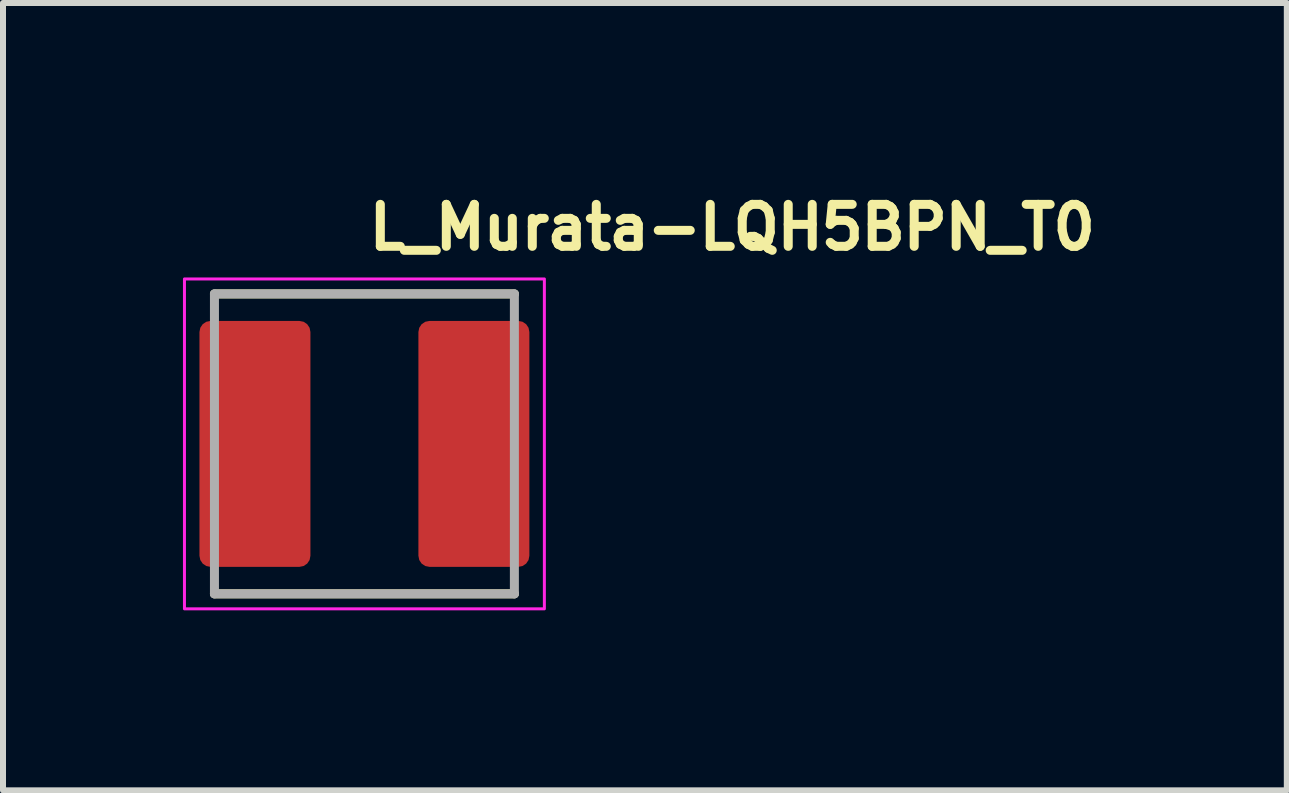
<source format=kicad_pcb>
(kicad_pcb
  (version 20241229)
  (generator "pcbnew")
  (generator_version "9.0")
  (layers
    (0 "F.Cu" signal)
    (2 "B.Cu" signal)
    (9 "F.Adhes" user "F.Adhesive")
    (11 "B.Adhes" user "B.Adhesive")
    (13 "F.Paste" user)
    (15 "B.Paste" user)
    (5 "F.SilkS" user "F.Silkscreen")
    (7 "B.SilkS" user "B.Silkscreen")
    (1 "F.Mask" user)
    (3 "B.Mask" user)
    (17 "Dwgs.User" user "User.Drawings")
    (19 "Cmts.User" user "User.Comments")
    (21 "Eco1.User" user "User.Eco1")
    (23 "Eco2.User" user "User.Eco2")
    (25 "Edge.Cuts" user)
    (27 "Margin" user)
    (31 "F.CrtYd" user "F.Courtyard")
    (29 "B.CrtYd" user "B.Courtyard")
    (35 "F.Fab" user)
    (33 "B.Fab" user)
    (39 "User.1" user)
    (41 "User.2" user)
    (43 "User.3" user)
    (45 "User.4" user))
  (footprint "L_Murata-LQH5BPN_T0"
    (layer "F.Cu")
    (at 3.025 4.35)
    (property "Reference" "L_Murata-LQH5BPN_T0" (at 0 -3.2 0) (layer "F.SilkS") (effects (font (size 0.7 0.7) (thickness 0.15)) (justify left bottom)))
    (attr smd)
    (fp_line (start -2.5 -2.5) (end 2.5 -2.5) (stroke (width 0.15) (type solid)) (layer "F.SilkS"))
    (fp_line (start -2.5 2.5) (end 2.5 2.5) (stroke (width 0.15) (type solid)) (layer "F.SilkS"))
    (fp_rect (start -3 -2.75) (end 3 2.75) (stroke (width 0.05) (type solid)) (fill no) (layer "F.CrtYd"))
    (fp_line (start -2.5 -2.5) (end 2.5 -2.5) (stroke (width 0.15) (type solid)) (layer "F.Fab"))
    (fp_line (start -2.5 2.5) (end -2.5 -2.5) (stroke (width 0.15) (type solid)) (layer "F.Fab"))
    (fp_line (start 2.5 -2.5) (end 2.5 2.5) (stroke (width 0.15) (type solid)) (layer "F.Fab"))
    (fp_line (start 2.5 2.5) (end -2.5 2.5) (stroke (width 0.15) (type solid)) (layer "F.Fab"))
    (fp_rect (start -2.5 -2.5) (end 2.5 2.5) (stroke (width 0.1) (type solid)) (fill no) (layer "User.5"))
    (fp_line (start -2.5 -1.85) (end -2.5 1.85) (stroke (width 0.02) (type solid)) (layer "User.9"))
    (fp_line (start -2.5 -1.85) (end -2.5 1.85) (stroke (width 0.02) (type solid)) (layer "User.9"))
    (fp_line (start -2.5 -1.85) (end -2.5 1.85) (stroke (width 0.02) (type solid)) (layer "User.9"))
    (fp_line (start -2.5 -1.85) (end -2.5 1.85) (stroke (width 0.02) (type solid)) (layer "User.9"))
    (fp_line (start -2.5 1.85) (end -2.499 1.864) (stroke (width 0.02) (type solid)) (layer "User.9"))
    (fp_line (start -2.499 -1.864) (end -2.5 -1.85) (stroke (width 0.02) (type solid)) (layer "User.9"))
    (fp_line (start -2.499 1.864) (end -2.498 1.879) (stroke (width 0.02) (type solid)) (layer "User.9"))
    (fp_line (start -2.498 -1.879) (end -2.499 -1.864) (stroke (width 0.02) (type solid)) (layer "User.9"))
    (fp_line (start -2.498 1.879) (end -2.496 1.894) (stroke (width 0.02) (type solid)) (layer "User.9"))
    (fp_line (start -2.496 -1.894) (end -2.498 -1.879) (stroke (width 0.02) (type solid)) (layer "User.9"))
    (fp_line (start -2.496 1.894) (end -2.494 1.908) (stroke (width 0.02) (type solid)) (layer "User.9"))
    (fp_line (start -2.495 1.904) (end -2.493 1.912) (stroke (width 0.02) (type solid)) (layer "User.9"))
    (fp_line (start -2.494 -1.908) (end -2.496 -1.894) (stroke (width 0.02) (type solid)) (layer "User.9"))
    (fp_line (start -2.494 1.908) (end -2.49 1.923) (stroke (width 0.02) (type solid)) (layer "User.9"))
    (fp_line (start -2.493 -1.912) (end -2.495 -1.904) (stroke (width 0.02) (type solid)) (layer "User.9"))
    (fp_line (start -2.493 1.912) (end -2.491 1.919) (stroke (width 0.02) (type solid)) (layer "User.9"))
    (fp_line (start -2.491 -1.919) (end -2.493 -1.912) (stroke (width 0.02) (type solid)) (layer "User.9"))
    (fp_line (start -2.491 1.919) (end -2.489 1.927) (stroke (width 0.02) (type solid)) (layer "User.9"))
    (fp_line (start -2.49 -1.923) (end -2.494 -1.908) (stroke (width 0.02) (type solid)) (layer "User.9"))
    (fp_line (start -2.49 1.923) (end -2.487 1.937) (stroke (width 0.02) (type solid)) (layer "User.9"))
    (fp_line (start -2.489 -1.927) (end -2.491 -1.919) (stroke (width 0.02) (type solid)) (layer "User.9"))
    (fp_line (start -2.489 1.927) (end -2.487 1.934) (stroke (width 0.02) (type solid)) (layer "User.9"))
    (fp_line (start -2.487 -1.937) (end -2.49 -1.923) (stroke (width 0.02) (type solid)) (layer "User.9"))
    (fp_line (start -2.487 -1.934) (end -2.489 -1.927) (stroke (width 0.02) (type solid)) (layer "User.9"))
    (fp_line (start -2.487 1.934) (end -2.485 1.942) (stroke (width 0.02) (type solid)) (layer "User.9"))
    (fp_line (start -2.487 1.937) (end -2.482 1.951) (stroke (width 0.02) (type solid)) (layer "User.9"))
    (fp_line (start -2.485 -1.942) (end -2.487 -1.934) (stroke (width 0.02) (type solid)) (layer "User.9"))
    (fp_line (start -2.485 1.942) (end -2.483 1.949) (stroke (width 0.02) (type solid)) (layer "User.9"))
    (fp_line (start -2.483 -1.949) (end -2.485 -1.942) (stroke (width 0.02) (type solid)) (layer "User.9"))
    (fp_line (start -2.483 1.949) (end -2.48 1.956) (stroke (width 0.02) (type solid)) (layer "User.9"))
    (fp_line (start -2.482 -1.951) (end -2.487 -1.937) (stroke (width 0.02) (type solid)) (layer "User.9"))
    (fp_line (start -2.482 1.951) (end -2.477 1.964) (stroke (width 0.02) (type solid)) (layer "User.9"))
    (fp_line (start -2.48 -1.956) (end -2.483 -1.949) (stroke (width 0.02) (type solid)) (layer "User.9"))
    (fp_line (start -2.48 1.956) (end -2.477 1.964) (stroke (width 0.02) (type solid)) (layer "User.9"))
    (fp_line (start -2.477 -1.964) (end -2.482 -1.951) (stroke (width 0.02) (type solid)) (layer "User.9"))
    (fp_line (start -2.477 -1.964) (end -2.48 -1.956) (stroke (width 0.02) (type solid)) (layer "User.9"))
    (fp_line (start -2.477 1.964) (end -2.471 1.978) (stroke (width 0.02) (type solid)) (layer "User.9"))
    (fp_line (start -2.471 -1.978) (end -2.477 -1.964) (stroke (width 0.02) (type solid)) (layer "User.9"))
    (fp_line (start -2.471 1.978) (end -2.464 1.991) (stroke (width 0.02) (type solid)) (layer "User.9"))
    (fp_line (start -2.464 -1.991) (end -2.471 -1.978) (stroke (width 0.02) (type solid)) (layer "User.9"))
    (fp_line (start -2.464 1.991) (end -2.457 2.004) (stroke (width 0.02) (type solid)) (layer "User.9"))
    (fp_line (start -2.457 -2.004) (end -2.464 -1.991) (stroke (width 0.02) (type solid)) (layer "User.9"))
    (fp_line (start -2.457 2.004) (end -2.449 2.016) (stroke (width 0.02) (type solid)) (layer "User.9"))
    (fp_line (start -2.449 -2.016) (end -2.457 -2.004) (stroke (width 0.02) (type solid)) (layer "User.9"))
    (fp_line (start -2.449 2.016) (end -2.441 2.028) (stroke (width 0.02) (type solid)) (layer "User.9"))
    (fp_line (start -2.441 -2.028) (end -2.449 -2.016) (stroke (width 0.02) (type solid)) (layer "User.9"))
    (fp_line (start -2.441 2.028) (end -2.432 2.04) (stroke (width 0.02) (type solid)) (layer "User.9"))
    (fp_line (start -2.432 -2.04) (end -2.441 -2.028) (stroke (width 0.02) (type solid)) (layer "User.9"))
    (fp_line (start -2.432 2.04) (end -2.422 2.051) (stroke (width 0.02) (type solid)) (layer "User.9"))
    (fp_line (start -2.422 -2.051) (end -2.432 -2.04) (stroke (width 0.02) (type solid)) (layer "User.9"))
    (fp_line (start -2.422 2.051) (end -2.412 2.062) (stroke (width 0.02) (type solid)) (layer "User.9"))
    (fp_line (start -2.412 -2.062) (end -2.428 -2.044) (stroke (width 0.02) (type solid)) (layer "User.9"))
    (fp_line (start -2.412 -2.062) (end -2.422 -2.051) (stroke (width 0.02) (type solid)) (layer "User.9"))
    (fp_line (start -2.412 -2.062) (end -2.412 -2.062) (stroke (width 0.02) (type solid)) (layer "User.9"))
    (fp_line (start -2.412 2.062) (end -2.412 2.062) (stroke (width 0.02) (type solid)) (layer "User.9"))
    (fp_line (start -2.412 2.062) (end -2.401 2.072) (stroke (width 0.02) (type solid)) (layer "User.9"))
    (fp_line (start -2.412 2.062) (end -2.394 2.078) (stroke (width 0.02) (type solid)) (layer "User.9"))
    (fp_line (start -2.401 -2.072) (end -2.412 -2.062) (stroke (width 0.02) (type solid)) (layer "User.9"))
    (fp_line (start -2.401 2.072) (end -2.39 2.082) (stroke (width 0.02) (type solid)) (layer "User.9"))
    (fp_line (start -2.39 -2.082) (end -2.401 -2.072) (stroke (width 0.02) (type solid)) (layer "User.9"))
    (fp_line (start -2.39 2.082) (end -2.378 2.091) (stroke (width 0.02) (type solid)) (layer "User.9"))
    (fp_line (start -2.378 -2.091) (end -2.39 -2.082) (stroke (width 0.02) (type solid)) (layer "User.9"))
    (fp_line (start -2.378 2.091) (end -2.366 2.099) (stroke (width 0.02) (type solid)) (layer "User.9"))
    (fp_line (start -2.366 -2.099) (end -2.378 -2.091) (stroke (width 0.02) (type solid)) (layer "User.9"))
    (fp_line (start -2.366 2.099) (end -2.354 2.107) (stroke (width 0.02) (type solid)) (layer "User.9"))
    (fp_line (start -2.354 -2.107) (end -2.366 -2.099) (stroke (width 0.02) (type solid)) (layer "User.9"))
    (fp_line (start -2.354 2.107) (end -2.341 2.114) (stroke (width 0.02) (type solid)) (layer "User.9"))
    (fp_line (start -2.341 -2.114) (end -2.354 -2.107) (stroke (width 0.02) (type solid)) (layer "User.9"))
    (fp_line (start -2.341 2.114) (end -2.328 2.121) (stroke (width 0.02) (type solid)) (layer "User.9"))
    (fp_line (start -2.328 -2.121) (end -2.341 -2.114) (stroke (width 0.02) (type solid)) (layer "User.9"))
    (fp_line (start -2.328 2.121) (end -2.314 2.127) (stroke (width 0.02) (type solid)) (layer "User.9"))
    (fp_line (start -2.314 -2.127) (end -2.328 -2.121) (stroke (width 0.02) (type solid)) (layer "User.9"))
    (fp_line (start -2.314 2.127) (end -2.306 2.13) (stroke (width 0.02) (type solid)) (layer "User.9"))
    (fp_line (start -2.314 2.127) (end -2.301 2.132) (stroke (width 0.02) (type solid)) (layer "User.9"))
    (fp_line (start -2.306 -2.13) (end -2.314 -2.127) (stroke (width 0.02) (type solid)) (layer "User.9"))
    (fp_line (start -2.306 2.13) (end -2.299 2.133) (stroke (width 0.02) (type solid)) (layer "User.9"))
    (fp_line (start -2.301 -2.132) (end -2.314 -2.127) (stroke (width 0.02) (type solid)) (layer "User.9"))
    (fp_line (start -2.301 2.132) (end -2.287 2.137) (stroke (width 0.02) (type solid)) (layer "User.9"))
    (fp_line (start -2.299 -2.133) (end -2.306 -2.13) (stroke (width 0.02) (type solid)) (layer "User.9"))
    (fp_line (start -2.299 2.133) (end -2.292 2.135) (stroke (width 0.02) (type solid)) (layer "User.9"))
    (fp_line (start -2.292 -2.135) (end -2.299 -2.133) (stroke (width 0.02) (type solid)) (layer "User.9"))
    (fp_line (start -2.292 2.135) (end -2.284 2.137) (stroke (width 0.02) (type solid)) (layer "User.9"))
    (fp_line (start -2.287 -2.137) (end -2.301 -2.132) (stroke (width 0.02) (type solid)) (layer "User.9"))
    (fp_line (start -2.287 2.137) (end -2.273 2.14) (stroke (width 0.02) (type solid)) (layer "User.9"))
    (fp_line (start -2.284 -2.137) (end -2.292 -2.135) (stroke (width 0.02) (type solid)) (layer "User.9"))
    (fp_line (start -2.284 2.137) (end -2.277 2.139) (stroke (width 0.02) (type solid)) (layer "User.9"))
    (fp_line (start -2.277 -2.139) (end -2.284 -2.137) (stroke (width 0.02) (type solid)) (layer "User.9"))
    (fp_line (start -2.277 2.139) (end -2.269 2.141) (stroke (width 0.02) (type solid)) (layer "User.9"))
    (fp_line (start -2.273 -2.14) (end -2.287 -2.137) (stroke (width 0.02) (type solid)) (layer "User.9"))
    (fp_line (start -2.273 2.14) (end -2.258 2.144) (stroke (width 0.02) (type solid)) (layer "User.9"))
    (fp_line (start -2.269 -2.141) (end -2.277 -2.139) (stroke (width 0.02) (type solid)) (layer "User.9"))
    (fp_line (start -2.269 2.141) (end -2.262 2.143) (stroke (width 0.02) (type solid)) (layer "User.9"))
    (fp_line (start -2.262 -2.143) (end -2.269 -2.141) (stroke (width 0.02) (type solid)) (layer "User.9"))
    (fp_line (start -2.262 2.143) (end -2.254 2.145) (stroke (width 0.02) (type solid)) (layer "User.9"))
    (fp_line (start -2.258 -2.144) (end -2.273 -2.14) (stroke (width 0.02) (type solid)) (layer "User.9"))
    (fp_line (start -2.258 2.144) (end -2.244 2.146) (stroke (width 0.02) (type solid)) (layer "User.9"))
    (fp_line (start -2.254 -2.145) (end -2.262 -2.143) (stroke (width 0.02) (type solid)) (layer "User.9"))
    (fp_line (start -2.244 -2.146) (end -2.258 -2.144) (stroke (width 0.02) (type solid)) (layer "User.9"))
    (fp_line (start -2.244 2.146) (end -2.229 2.148) (stroke (width 0.02) (type solid)) (layer "User.9"))
    (fp_line (start -2.229 -2.148) (end -2.244 -2.146) (stroke (width 0.02) (type solid)) (layer "User.9"))
    (fp_line (start -2.229 2.148) (end -2.214 2.149) (stroke (width 0.02) (type solid)) (layer "User.9"))
    (fp_line (start -2.214 -2.149) (end -2.229 -2.148) (stroke (width 0.02) (type solid)) (layer "User.9"))
    (fp_line (start -2.214 2.149) (end -2.2 2.15) (stroke (width 0.02) (type solid)) (layer "User.9"))
    (fp_line (start -2.2 -2.15) (end -2.214 -2.149) (stroke (width 0.02) (type solid)) (layer "User.9"))
    (fp_line (start -2.2 2.15) (end -1.624 2.15) (stroke (width 0.02) (type solid)) (layer "User.9"))
    (fp_line (start -1.78 -2.15) (end -2.2 -2.15) (stroke (width 0.02) (type solid)) (layer "User.9"))
    (fp_line (start -1.78 -2.15) (end -2.2 -2.15) (stroke (width 0.02) (type solid)) (layer "User.9"))
    (fp_line (start -1.78 -2.15) (end -1.78 -2.275) (stroke (width 0.02) (type solid)) (layer "User.9"))
    (fp_line (start -1.78 2.15) (end -1.78 2.275) (stroke (width 0.02) (type solid)) (layer "User.9"))
    (fp_line (start -1.68 -2.275) (end -1.78 -2.275) (stroke (width 0.02) (type solid)) (layer "User.9"))
    (fp_line (start -1.68 -2.15) (end -1.68 -2.275) (stroke (width 0.02) (type solid)) (layer "User.9"))
    (fp_line (start -1.68 2.15) (end -1.68 2.275) (stroke (width 0.02) (type solid)) (layer "User.9"))
    (fp_line (start -1.68 2.275) (end -1.78 2.275) (stroke (width 0.02) (type solid)) (layer "User.9"))
    (fp_line (start -1.624 -2.15) (end -2.2 -2.15) (stroke (width 0.02) (type solid)) (layer "User.9"))
    (fp_line (start -1.624 -2.15) (end -1.68 -2.15) (stroke (width 0.02) (type solid)) (layer "User.9"))
    (fp_line (start -1.624 -2.15) (end -1.609 -2.15) (stroke (width 0.02) (type solid)) (layer "User.9"))
    (fp_line (start -1.624 2.15) (end -1.609 2.15) (stroke (width 0.02) (type solid)) (layer "User.9"))
    (fp_line (start -1.609 -2.15) (end -1.624 -2.15) (stroke (width 0.02) (type solid)) (layer "User.9"))
    (fp_line (start -1.609 -2.15) (end -1.594 -2.151) (stroke (width 0.02) (type solid)) (layer "User.9"))
    (fp_line (start -1.609 2.15) (end -1.624 2.15) (stroke (width 0.02) (type solid)) (layer "User.9"))
    (fp_line (start -1.609 2.15) (end -1.594 2.151) (stroke (width 0.02) (type solid)) (layer "User.9"))
    (fp_line (start -1.594 -2.151) (end -1.609 -2.15) (stroke (width 0.02) (type solid)) (layer "User.9"))
    (fp_line (start -1.594 -2.151) (end -1.579 -2.153) (stroke (width 0.02) (type solid)) (layer "User.9"))
    (fp_line (start -1.594 2.151) (end -1.609 2.15) (stroke (width 0.02) (type solid)) (layer "User.9"))
    (fp_line (start -1.594 2.151) (end -1.579 2.153) (stroke (width 0.02) (type solid)) (layer "User.9"))
    (fp_line (start -1.579 -2.153) (end -1.594 -2.151) (stroke (width 0.02) (type solid)) (layer "User.9"))
    (fp_line (start -1.579 -2.153) (end -1.565 -2.155) (stroke (width 0.02) (type solid)) (layer "User.9"))
    (fp_line (start -1.579 2.153) (end -1.594 2.151) (stroke (width 0.02) (type solid)) (layer "User.9"))
    (fp_line (start -1.579 2.153) (end -1.565 2.155) (stroke (width 0.02) (type solid)) (layer "User.9"))
    (fp_line (start -1.565 -2.155) (end -1.579 -2.153) (stroke (width 0.02) (type solid)) (layer "User.9"))
    (fp_line (start -1.565 -2.155) (end -1.551 -2.159) (stroke (width 0.02) (type solid)) (layer "User.9"))
    (fp_line (start -1.565 2.155) (end -1.579 2.153) (stroke (width 0.02) (type solid)) (layer "User.9"))
    (fp_line (start -1.565 2.155) (end -1.551 2.159) (stroke (width 0.02) (type solid)) (layer "User.9"))
    (fp_line (start -1.551 -2.159) (end -1.565 -2.155) (stroke (width 0.02) (type solid)) (layer "User.9"))
    (fp_line (start -1.551 -2.159) (end -1.537 -2.162) (stroke (width 0.02) (type solid)) (layer "User.9"))
    (fp_line (start -1.551 2.159) (end -1.565 2.155) (stroke (width 0.02) (type solid)) (layer "User.9"))
    (fp_line (start -1.551 2.159) (end -1.537 2.162) (stroke (width 0.02) (type solid)) (layer "User.9"))
    (fp_line (start -1.537 -2.162) (end -1.551 -2.159) (stroke (width 0.02) (type solid)) (layer "User.9"))
    (fp_line (start -1.537 -2.162) (end -1.523 -2.167) (stroke (width 0.02) (type solid)) (layer "User.9"))
    (fp_line (start -1.537 2.162) (end -1.551 2.159) (stroke (width 0.02) (type solid)) (layer "User.9"))
    (fp_line (start -1.537 2.162) (end -1.523 2.167) (stroke (width 0.02) (type solid)) (layer "User.9"))
    (fp_line (start -1.523 -2.167) (end -1.537 -2.162) (stroke (width 0.02) (type solid)) (layer "User.9"))
    (fp_line (start -1.523 -2.167) (end -1.509 -2.172) (stroke (width 0.02) (type solid)) (layer "User.9"))
    (fp_line (start -1.523 2.167) (end -1.537 2.162) (stroke (width 0.02) (type solid)) (layer "User.9"))
    (fp_line (start -1.523 2.167) (end -1.509 2.172) (stroke (width 0.02) (type solid)) (layer "User.9"))
    (fp_line (start -1.509 -2.172) (end -1.523 -2.167) (stroke (width 0.02) (type solid)) (layer "User.9"))
    (fp_line (start -1.509 -2.172) (end -1.496 -2.178) (stroke (width 0.02) (type solid)) (layer "User.9"))
    (fp_line (start -1.509 2.172) (end -1.523 2.167) (stroke (width 0.02) (type solid)) (layer "User.9"))
    (fp_line (start -1.509 2.172) (end -1.496 2.178) (stroke (width 0.02) (type solid)) (layer "User.9"))
    (fp_line (start -1.496 -2.178) (end -1.509 -2.172) (stroke (width 0.02) (type solid)) (layer "User.9"))
    (fp_line (start -1.496 -2.178) (end -1.482 -2.185) (stroke (width 0.02) (type solid)) (layer "User.9"))
    (fp_line (start -1.496 2.178) (end -1.509 2.172) (stroke (width 0.02) (type solid)) (layer "User.9"))
    (fp_line (start -1.496 2.178) (end -1.482 2.185) (stroke (width 0.02) (type solid)) (layer "User.9"))
    (fp_line (start -1.482 -2.185) (end -1.496 -2.178) (stroke (width 0.02) (type solid)) (layer "User.9"))
    (fp_line (start -1.482 -2.185) (end -1.47 -2.192) (stroke (width 0.02) (type solid)) (layer "User.9"))
    (fp_line (start -1.482 2.185) (end -1.496 2.178) (stroke (width 0.02) (type solid)) (layer "User.9"))
    (fp_line (start -1.482 2.185) (end -1.47 2.192) (stroke (width 0.02) (type solid)) (layer "User.9"))
    (fp_line (start -1.47 -2.192) (end -1.482 -2.185) (stroke (width 0.02) (type solid)) (layer "User.9"))
    (fp_line (start -1.47 -2.192) (end -1.457 -2.2) (stroke (width 0.02) (type solid)) (layer "User.9"))
    (fp_line (start -1.47 2.192) (end -1.482 2.185) (stroke (width 0.02) (type solid)) (layer "User.9"))
    (fp_line (start -1.47 2.192) (end -1.457 2.2) (stroke (width 0.02) (type solid)) (layer "User.9"))
    (fp_line (start -1.457 -2.2) (end -1.47 -2.192) (stroke (width 0.02) (type solid)) (layer "User.9"))
    (fp_line (start -1.457 -2.2) (end -1.445 -2.208) (stroke (width 0.02) (type solid)) (layer "User.9"))
    (fp_line (start -1.457 2.2) (end -1.47 2.192) (stroke (width 0.02) (type solid)) (layer "User.9"))
    (fp_line (start -1.457 2.2) (end -1.445 2.208) (stroke (width 0.02) (type solid)) (layer "User.9"))
    (fp_line (start -1.445 -2.208) (end -1.457 -2.2) (stroke (width 0.02) (type solid)) (layer "User.9"))
    (fp_line (start -1.445 -2.208) (end -1.434 -2.217) (stroke (width 0.02) (type solid)) (layer "User.9"))
    (fp_line (start -1.445 2.208) (end -1.457 2.2) (stroke (width 0.02) (type solid)) (layer "User.9"))
    (fp_line (start -1.445 2.208) (end -1.434 2.217) (stroke (width 0.02) (type solid)) (layer "User.9"))
    (fp_line (start -1.434 -2.217) (end -1.445 -2.208) (stroke (width 0.02) (type solid)) (layer "User.9"))
    (fp_line (start -1.434 -2.217) (end -1.422 -2.227) (stroke (width 0.02) (type solid)) (layer "User.9"))
    (fp_line (start -1.434 2.217) (end -1.445 2.208) (stroke (width 0.02) (type solid)) (layer "User.9"))
    (fp_line (start -1.434 2.217) (end -1.422 2.227) (stroke (width 0.02) (type solid)) (layer "User.9"))
    (fp_line (start -1.422 -2.227) (end -1.434 -2.217) (stroke (width 0.02) (type solid)) (layer "User.9"))
    (fp_line (start -1.422 -2.227) (end -1.412 -2.237) (stroke (width 0.02) (type solid)) (layer "User.9"))
    (fp_line (start -1.422 2.227) (end -1.434 2.217) (stroke (width 0.02) (type solid)) (layer "User.9"))
    (fp_line (start -1.422 2.227) (end -1.412 2.237) (stroke (width 0.02) (type solid)) (layer "User.9"))
    (fp_line (start -1.412 -2.237) (end -1.422 -2.227) (stroke (width 0.02) (type solid)) (layer "User.9"))
    (fp_line (start -1.412 2.237) (end -1.422 2.227) (stroke (width 0.02) (type solid)) (layer "User.9"))
    (fp_line (start -1.412 2.237) (end -1.237 2.412) (stroke (width 0.02) (type solid)) (layer "User.9"))
    (fp_line (start -1.412 2.237) (end -1.237 2.412) (stroke (width 0.02) (type solid)) (layer "User.9"))
    (fp_line (start -1.237 -2.412) (end -1.412 -2.237) (stroke (width 0.02) (type solid)) (layer "User.9"))
    (fp_line (start -1.237 2.412) (end -1.227 2.422) (stroke (width 0.02) (type solid)) (layer "User.9"))
    (fp_line (start -1.227 -2.422) (end -1.237 -2.412) (stroke (width 0.02) (type solid)) (layer "User.9"))
    (fp_line (start -1.227 2.422) (end -1.215 2.432) (stroke (width 0.02) (type solid)) (layer "User.9"))
    (fp_line (start -1.215 -2.432) (end -1.227 -2.422) (stroke (width 0.02) (type solid)) (layer "User.9"))
    (fp_line (start -1.215 2.432) (end -1.204 2.441) (stroke (width 0.02) (type solid)) (layer "User.9"))
    (fp_line (start -1.204 -2.441) (end -1.215 -2.432) (stroke (width 0.02) (type solid)) (layer "User.9"))
    (fp_line (start -1.204 2.441) (end -1.192 2.449) (stroke (width 0.02) (type solid)) (layer "User.9"))
    (fp_line (start -1.192 -2.449) (end -1.204 -2.441) (stroke (width 0.02) (type solid)) (layer "User.9"))
    (fp_line (start -1.192 2.449) (end -1.179 2.457) (stroke (width 0.02) (type solid)) (layer "User.9"))
    (fp_line (start -1.179 -2.457) (end -1.192 -2.449) (stroke (width 0.02) (type solid)) (layer "User.9"))
    (fp_line (start -1.179 2.457) (end -1.167 2.464) (stroke (width 0.02) (type solid)) (layer "User.9"))
    (fp_line (start -1.167 -2.464) (end -1.179 -2.457) (stroke (width 0.02) (type solid)) (layer "User.9"))
    (fp_line (start -1.167 2.464) (end -1.153 2.471) (stroke (width 0.02) (type solid)) (layer "User.9"))
    (fp_line (start -1.153 -2.471) (end -1.167 -2.464) (stroke (width 0.02) (type solid)) (layer "User.9"))
    (fp_line (start -1.153 2.471) (end -1.14 2.477) (stroke (width 0.02) (type solid)) (layer "User.9"))
    (fp_line (start -1.14 -2.477) (end -1.153 -2.471) (stroke (width 0.02) (type solid)) (layer "User.9"))
    (fp_line (start -1.14 2.477) (end -1.126 2.482) (stroke (width 0.02) (type solid)) (layer "User.9"))
    (fp_line (start -1.126 -2.482) (end -1.14 -2.477) (stroke (width 0.02) (type solid)) (layer "User.9"))
    (fp_line (start -1.126 2.482) (end -1.112 2.487) (stroke (width 0.02) (type solid)) (layer "User.9"))
    (fp_line (start -1.112 -2.487) (end -1.126 -2.482) (stroke (width 0.02) (type solid)) (layer "User.9"))
    (fp_line (start -1.112 2.487) (end -1.098 2.49) (stroke (width 0.02) (type solid)) (layer "User.9"))
    (fp_line (start -1.098 -2.49) (end -1.112 -2.487) (stroke (width 0.02) (type solid)) (layer "User.9"))
    (fp_line (start -1.098 2.49) (end -1.084 2.494) (stroke (width 0.02) (type solid)) (layer "User.9"))
    (fp_line (start -1.084 -2.494) (end -1.098 -2.49) (stroke (width 0.02) (type solid)) (layer "User.9"))
    (fp_line (start -1.084 2.494) (end -1.07 2.496) (stroke (width 0.02) (type solid)) (layer "User.9"))
    (fp_line (start -1.07 -2.496) (end -1.084 -2.494) (stroke (width 0.02) (type solid)) (layer "User.9"))
    (fp_line (start -1.07 2.496) (end -1.055 2.498) (stroke (width 0.02) (type solid)) (layer "User.9"))
    (fp_line (start -1.055 -2.498) (end -1.07 -2.496) (stroke (width 0.02) (type solid)) (layer "User.9"))
    (fp_line (start -1.055 2.498) (end -1.04 2.499) (stroke (width 0.02) (type solid)) (layer "User.9"))
    (fp_line (start -1.04 -2.499) (end -1.055 -2.498) (stroke (width 0.02) (type solid)) (layer "User.9"))
    (fp_line (start -1.04 2.499) (end -1.025 2.5) (stroke (width 0.02) (type solid)) (layer "User.9"))
    (fp_line (start -1.025 -2.5) (end -1.04 -2.499) (stroke (width 0.02) (type solid)) (layer "User.9"))
    (fp_line (start -1.025 2.5) (end 1.025 2.5) (stroke (width 0.02) (type solid)) (layer "User.9"))
    (fp_line (start -1.025 2.5) (end 1.025 2.5) (stroke (width 0.02) (type solid)) (layer "User.9"))
    (fp_line (start 0 -2.15) (end -2.2 -2.15) (stroke (width 0.02) (type solid)) (layer "User.9"))
    (fp_line (start 0 -2.15) (end -1.68 -2.15) (stroke (width 0.02) (type solid)) (layer "User.9"))
    (fp_line (start 0 2.15) (end 1.68 2.15) (stroke (width 0.02) (type solid)) (layer "User.9"))
    (fp_line (start 0 2.15) (end 2.2 2.15) (stroke (width 0.02) (type solid)) (layer "User.9"))
    (fp_line (start 1.025 -2.5) (end -1.025 -2.5) (stroke (width 0.02) (type solid)) (layer "User.9"))
    (fp_line (start 1.025 -2.5) (end -1.025 -2.5) (stroke (width 0.02) (type solid)) (layer "User.9"))
    (fp_line (start 1.025 2.5) (end 1.04 2.499) (stroke (width 0.02) (type solid)) (layer "User.9"))
    (fp_line (start 1.04 -2.499) (end 1.025 -2.5) (stroke (width 0.02) (type solid)) (layer "User.9"))
    (fp_line (start 1.04 2.499) (end 1.055 2.498) (stroke (width 0.02) (type solid)) (layer "User.9"))
    (fp_line (start 1.055 -2.498) (end 1.04 -2.499) (stroke (width 0.02) (type solid)) (layer "User.9"))
    (fp_line (start 1.055 2.498) (end 1.07 2.496) (stroke (width 0.02) (type solid)) (layer "User.9"))
    (fp_line (start 1.07 -2.496) (end 1.055 -2.498) (stroke (width 0.02) (type solid)) (layer "User.9"))
    (fp_line (start 1.07 2.496) (end 1.084 2.494) (stroke (width 0.02) (type solid)) (layer "User.9"))
    (fp_line (start 1.084 -2.494) (end 1.07 -2.496) (stroke (width 0.02) (type solid)) (layer "User.9"))
    (fp_line (start 1.084 2.494) (end 1.098 2.49) (stroke (width 0.02) (type solid)) (layer "User.9"))
    (fp_line (start 1.098 -2.49) (end 1.084 -2.494) (stroke (width 0.02) (type solid)) (layer "User.9"))
    (fp_line (start 1.098 2.49) (end 1.112 2.487) (stroke (width 0.02) (type solid)) (layer "User.9"))
    (fp_line (start 1.112 -2.487) (end 1.098 -2.49) (stroke (width 0.02) (type solid)) (layer "User.9"))
    (fp_line (start 1.112 2.487) (end 1.126 2.482) (stroke (width 0.02) (type solid)) (layer "User.9"))
    (fp_line (start 1.126 -2.482) (end 1.112 -2.487) (stroke (width 0.02) (type solid)) (layer "User.9"))
    (fp_line (start 1.126 2.482) (end 1.14 2.477) (stroke (width 0.02) (type solid)) (layer "User.9"))
    (fp_line (start 1.14 -2.477) (end 1.126 -2.482) (stroke (width 0.02) (type solid)) (layer "User.9"))
    (fp_line (start 1.14 2.477) (end 1.153 2.471) (stroke (width 0.02) (type solid)) (layer "User.9"))
    (fp_line (start 1.153 -2.471) (end 1.14 -2.477) (stroke (width 0.02) (type solid)) (layer "User.9"))
    (fp_line (start 1.153 2.471) (end 1.167 2.464) (stroke (width 0.02) (type solid)) (layer "User.9"))
    (fp_line (start 1.167 -2.464) (end 1.153 -2.471) (stroke (width 0.02) (type solid)) (layer "User.9"))
    (fp_line (start 1.167 2.464) (end 1.179 2.457) (stroke (width 0.02) (type solid)) (layer "User.9"))
    (fp_line (start 1.179 -2.457) (end 1.167 -2.464) (stroke (width 0.02) (type solid)) (layer "User.9"))
    (fp_line (start 1.179 2.457) (end 1.192 2.449) (stroke (width 0.02) (type solid)) (layer "User.9"))
    (fp_line (start 1.192 -2.449) (end 1.179 -2.457) (stroke (width 0.02) (type solid)) (layer "User.9"))
    (fp_line (start 1.192 2.449) (end 1.204 2.441) (stroke (width 0.02) (type solid)) (layer "User.9"))
    (fp_line (start 1.204 -2.441) (end 1.192 -2.449) (stroke (width 0.02) (type solid)) (layer "User.9"))
    (fp_line (start 1.204 2.441) (end 1.215 2.432) (stroke (width 0.02) (type solid)) (layer "User.9"))
    (fp_line (start 1.215 -2.432) (end 1.204 -2.441) (stroke (width 0.02) (type solid)) (layer "User.9"))
    (fp_line (start 1.215 2.432) (end 1.227 2.422) (stroke (width 0.02) (type solid)) (layer "User.9"))
    (fp_line (start 1.227 -2.422) (end 1.215 -2.432) (stroke (width 0.02) (type solid)) (layer "User.9"))
    (fp_line (start 1.227 2.422) (end 1.237 2.412) (stroke (width 0.02) (type solid)) (layer "User.9"))
    (fp_line (start 1.237 -2.412) (end 1.227 -2.422) (stroke (width 0.02) (type solid)) (layer "User.9"))
    (fp_line (start 1.237 2.412) (end 1.412 2.237) (stroke (width 0.02) (type solid)) (layer "User.9"))
    (fp_line (start 1.412 -2.237) (end 1.237 -2.412) (stroke (width 0.02) (type solid)) (layer "User.9"))
    (fp_line (start 1.412 -2.237) (end 1.237 -2.412) (stroke (width 0.02) (type solid)) (layer "User.9"))
    (fp_line (start 1.412 -2.237) (end 1.422 -2.227) (stroke (width 0.02) (type solid)) (layer "User.9"))
    (fp_line (start 1.412 2.237) (end 1.422 2.227) (stroke (width 0.02) (type solid)) (layer "User.9"))
    (fp_line (start 1.422 -2.227) (end 1.412 -2.237) (stroke (width 0.02) (type solid)) (layer "User.9"))
    (fp_line (start 1.422 -2.227) (end 1.434 -2.217) (stroke (width 0.02) (type solid)) (layer "User.9"))
    (fp_line (start 1.422 2.227) (end 1.412 2.237) (stroke (width 0.02) (type solid)) (layer "User.9"))
    (fp_line (start 1.422 2.227) (end 1.434 2.217) (stroke (width 0.02) (type solid)) (layer "User.9"))
    (fp_line (start 1.434 -2.217) (end 1.422 -2.227) (stroke (width 0.02) (type solid)) (layer "User.9"))
    (fp_line (start 1.434 -2.217) (end 1.445 -2.208) (stroke (width 0.02) (type solid)) (layer "User.9"))
    (fp_line (start 1.434 2.217) (end 1.422 2.227) (stroke (width 0.02) (type solid)) (layer "User.9"))
    (fp_line (start 1.434 2.217) (end 1.445 2.208) (stroke (width 0.02) (type solid)) (layer "User.9"))
    (fp_line (start 1.445 -2.208) (end 1.434 -2.217) (stroke (width 0.02) (type solid)) (layer "User.9"))
    (fp_line (start 1.445 -2.208) (end 1.457 -2.2) (stroke (width 0.02) (type solid)) (layer "User.9"))
    (fp_line (start 1.445 2.208) (end 1.434 2.217) (stroke (width 0.02) (type solid)) (layer "User.9"))
    (fp_line (start 1.445 2.208) (end 1.457 2.2) (stroke (width 0.02) (type solid)) (layer "User.9"))
    (fp_line (start 1.457 -2.2) (end 1.445 -2.208) (stroke (width 0.02) (type solid)) (layer "User.9"))
    (fp_line (start 1.457 -2.2) (end 1.47 -2.192) (stroke (width 0.02) (type solid)) (layer "User.9"))
    (fp_line (start 1.457 2.2) (end 1.445 2.208) (stroke (width 0.02) (type solid)) (layer "User.9"))
    (fp_line (start 1.457 2.2) (end 1.47 2.192) (stroke (width 0.02) (type solid)) (layer "User.9"))
    (fp_line (start 1.47 -2.192) (end 1.457 -2.2) (stroke (width 0.02) (type solid)) (layer "User.9"))
    (fp_line (start 1.47 -2.192) (end 1.482 -2.185) (stroke (width 0.02) (type solid)) (layer "User.9"))
    (fp_line (start 1.47 2.192) (end 1.457 2.2) (stroke (width 0.02) (type solid)) (layer "User.9"))
    (fp_line (start 1.47 2.192) (end 1.482 2.185) (stroke (width 0.02) (type solid)) (layer "User.9"))
    (fp_line (start 1.482 -2.185) (end 1.47 -2.192) (stroke (width 0.02) (type solid)) (layer "User.9"))
    (fp_line (start 1.482 -2.185) (end 1.496 -2.178) (stroke (width 0.02) (type solid)) (layer "User.9"))
    (fp_line (start 1.482 2.185) (end 1.47 2.192) (stroke (width 0.02) (type solid)) (layer "User.9"))
    (fp_line (start 1.482 2.185) (end 1.496 2.178) (stroke (width 0.02) (type solid)) (layer "User.9"))
    (fp_line (start 1.496 -2.178) (end 1.482 -2.185) (stroke (width 0.02) (type solid)) (layer "User.9"))
    (fp_line (start 1.496 -2.178) (end 1.509 -2.172) (stroke (width 0.02) (type solid)) (layer "User.9"))
    (fp_line (start 1.496 2.178) (end 1.482 2.185) (stroke (width 0.02) (type solid)) (layer "User.9"))
    (fp_line (start 1.496 2.178) (end 1.509 2.172) (stroke (width 0.02) (type solid)) (layer "User.9"))
    (fp_line (start 1.509 -2.172) (end 1.496 -2.178) (stroke (width 0.02) (type solid)) (layer "User.9"))
    (fp_line (start 1.509 -2.172) (end 1.523 -2.167) (stroke (width 0.02) (type solid)) (layer "User.9"))
    (fp_line (start 1.509 2.172) (end 1.496 2.178) (stroke (width 0.02) (type solid)) (layer "User.9"))
    (fp_line (start 1.509 2.172) (end 1.523 2.167) (stroke (width 0.02) (type solid)) (layer "User.9"))
    (fp_line (start 1.523 -2.167) (end 1.509 -2.172) (stroke (width 0.02) (type solid)) (layer "User.9"))
    (fp_line (start 1.523 -2.167) (end 1.537 -2.162) (stroke (width 0.02) (type solid)) (layer "User.9"))
    (fp_line (start 1.523 2.167) (end 1.509 2.172) (stroke (width 0.02) (type solid)) (layer "User.9"))
    (fp_line (start 1.523 2.167) (end 1.537 2.162) (stroke (width 0.02) (type solid)) (layer "User.9"))
    (fp_line (start 1.537 -2.162) (end 1.523 -2.167) (stroke (width 0.02) (type solid)) (layer "User.9"))
    (fp_line (start 1.537 -2.162) (end 1.551 -2.159) (stroke (width 0.02) (type solid)) (layer "User.9"))
    (fp_line (start 1.537 2.162) (end 1.523 2.167) (stroke (width 0.02) (type solid)) (layer "User.9"))
    (fp_line (start 1.537 2.162) (end 1.551 2.159) (stroke (width 0.02) (type solid)) (layer "User.9"))
    (fp_line (start 1.551 -2.159) (end 1.537 -2.162) (stroke (width 0.02) (type solid)) (layer "User.9"))
    (fp_line (start 1.551 -2.159) (end 1.565 -2.155) (stroke (width 0.02) (type solid)) (layer "User.9"))
    (fp_line (start 1.551 2.159) (end 1.537 2.162) (stroke (width 0.02) (type solid)) (layer "User.9"))
    (fp_line (start 1.551 2.159) (end 1.565 2.155) (stroke (width 0.02) (type solid)) (layer "User.9"))
    (fp_line (start 1.565 -2.155) (end 1.551 -2.159) (stroke (width 0.02) (type solid)) (layer "User.9"))
    (fp_line (start 1.565 -2.155) (end 1.579 -2.153) (stroke (width 0.02) (type solid)) (layer "User.9"))
    (fp_line (start 1.565 2.155) (end 1.551 2.159) (stroke (width 0.02) (type solid)) (layer "User.9"))
    (fp_line (start 1.565 2.155) (end 1.579 2.153) (stroke (width 0.02) (type solid)) (layer "User.9"))
    (fp_line (start 1.579 -2.153) (end 1.565 -2.155) (stroke (width 0.02) (type solid)) (layer "User.9"))
    (fp_line (start 1.579 -2.153) (end 1.594 -2.151) (stroke (width 0.02) (type solid)) (layer "User.9"))
    (fp_line (start 1.579 2.153) (end 1.565 2.155) (stroke (width 0.02) (type solid)) (layer "User.9"))
    (fp_line (start 1.579 2.153) (end 1.594 2.151) (stroke (width 0.02) (type solid)) (layer "User.9"))
    (fp_line (start 1.594 -2.151) (end 1.579 -2.153) (stroke (width 0.02) (type solid)) (layer "User.9"))
    (fp_line (start 1.594 -2.151) (end 1.609 -2.15) (stroke (width 0.02) (type solid)) (layer "User.9"))
    (fp_line (start 1.594 2.151) (end 1.579 2.153) (stroke (width 0.02) (type solid)) (layer "User.9"))
    (fp_line (start 1.594 2.151) (end 1.609 2.15) (stroke (width 0.02) (type solid)) (layer "User.9"))
    (fp_line (start 1.609 -2.15) (end 1.594 -2.151) (stroke (width 0.02) (type solid)) (layer "User.9"))
    (fp_line (start 1.609 -2.15) (end 1.624 -2.15) (stroke (width 0.02) (type solid)) (layer "User.9"))
    (fp_line (start 1.609 2.15) (end 1.594 2.151) (stroke (width 0.02) (type solid)) (layer "User.9"))
    (fp_line (start 1.609 2.15) (end 1.624 2.15) (stroke (width 0.02) (type solid)) (layer "User.9"))
    (fp_line (start 1.624 -2.15) (end 1.609 -2.15) (stroke (width 0.02) (type solid)) (layer "User.9"))
    (fp_line (start 1.624 2.15) (end 1.609 2.15) (stroke (width 0.02) (type solid)) (layer "User.9"))
    (fp_line (start 1.624 2.15) (end 1.68 2.15) (stroke (width 0.02) (type solid)) (layer "User.9"))
    (fp_line (start 1.624 2.15) (end 2.2 2.15) (stroke (width 0.02) (type solid)) (layer "User.9"))
    (fp_line (start 1.68 -2.275) (end 1.78 -2.275) (stroke (width 0.02) (type solid)) (layer "User.9"))
    (fp_line (start 1.68 -2.15) (end 1.68 -2.275) (stroke (width 0.02) (type solid)) (layer "User.9"))
    (fp_line (start 1.68 2.15) (end 1.68 2.275) (stroke (width 0.02) (type solid)) (layer "User.9"))
    (fp_line (start 1.68 2.275) (end 1.78 2.275) (stroke (width 0.02) (type solid)) (layer "User.9"))
    (fp_line (start 1.78 -2.15) (end 1.78 -2.275) (stroke (width 0.02) (type solid)) (layer "User.9"))
    (fp_line (start 1.78 2.15) (end 1.78 2.275) (stroke (width 0.02) (type solid)) (layer "User.9"))
    (fp_line (start 1.78 2.15) (end 2.2 2.15) (stroke (width 0.02) (type solid)) (layer "User.9"))
    (fp_line (start 1.78 2.15) (end 2.2 2.15) (stroke (width 0.02) (type solid)) (layer "User.9"))
    (fp_line (start 2.2 -2.15) (end 1.624 -2.15) (stroke (width 0.02) (type solid)) (layer "User.9"))
    (fp_line (start 2.2 2.15) (end 2.214 2.149) (stroke (width 0.02) (type solid)) (layer "User.9"))
    (fp_line (start 2.214 -2.149) (end 2.2 -2.15) (stroke (width 0.02) (type solid)) (layer "User.9"))
    (fp_line (start 2.214 2.149) (end 2.229 2.148) (stroke (width 0.02) (type solid)) (layer "User.9"))
    (fp_line (start 2.229 -2.148) (end 2.214 -2.149) (stroke (width 0.02) (type solid)) (layer "User.9"))
    (fp_line (start 2.229 2.148) (end 2.244 2.146) (stroke (width 0.02) (type solid)) (layer "User.9"))
    (fp_line (start 2.244 -2.146) (end 2.229 -2.148) (stroke (width 0.02) (type solid)) (layer "User.9"))
    (fp_line (start 2.244 2.146) (end 2.258 2.144) (stroke (width 0.02) (type solid)) (layer "User.9"))
    (fp_line (start 2.254 2.145) (end 2.262 2.143) (stroke (width 0.02) (type solid)) (layer "User.9"))
    (fp_line (start 2.258 -2.144) (end 2.244 -2.146) (stroke (width 0.02) (type solid)) (layer "User.9"))
    (fp_line (start 2.258 2.144) (end 2.273 2.14) (stroke (width 0.02) (type solid)) (layer "User.9"))
    (fp_line (start 2.262 -2.143) (end 2.254 -2.145) (stroke (width 0.02) (type solid)) (layer "User.9"))
    (fp_line (start 2.262 2.143) (end 2.269 2.141) (stroke (width 0.02) (type solid)) (layer "User.9"))
    (fp_line (start 2.269 -2.141) (end 2.262 -2.143) (stroke (width 0.02) (type solid)) (layer "User.9"))
    (fp_line (start 2.269 2.141) (end 2.277 2.139) (stroke (width 0.02) (type solid)) (layer "User.9"))
    (fp_line (start 2.273 -2.14) (end 2.258 -2.144) (stroke (width 0.02) (type solid)) (layer "User.9"))
    (fp_line (start 2.273 2.14) (end 2.287 2.137) (stroke (width 0.02) (type solid)) (layer "User.9"))
    (fp_line (start 2.277 -2.139) (end 2.269 -2.141) (stroke (width 0.02) (type solid)) (layer "User.9"))
    (fp_line (start 2.277 2.139) (end 2.284 2.137) (stroke (width 0.02) (type solid)) (layer "User.9"))
    (fp_line (start 2.284 -2.137) (end 2.277 -2.139) (stroke (width 0.02) (type solid)) (layer "User.9"))
    (fp_line (start 2.284 2.137) (end 2.292 2.135) (stroke (width 0.02) (type solid)) (layer "User.9"))
    (fp_line (start 2.287 -2.137) (end 2.273 -2.14) (stroke (width 0.02) (type solid)) (layer "User.9"))
    (fp_line (start 2.287 2.137) (end 2.301 2.132) (stroke (width 0.02) (type solid)) (layer "User.9"))
    (fp_line (start 2.292 -2.135) (end 2.284 -2.137) (stroke (width 0.02) (type solid)) (layer "User.9"))
    (fp_line (start 2.292 2.135) (end 2.299 2.133) (stroke (width 0.02) (type solid)) (layer "User.9"))
    (fp_line (start 2.299 -2.133) (end 2.292 -2.135) (stroke (width 0.02) (type solid)) (layer "User.9"))
    (fp_line (start 2.299 2.133) (end 2.306 2.13) (stroke (width 0.02) (type solid)) (layer "User.9"))
    (fp_line (start 2.301 -2.132) (end 2.287 -2.137) (stroke (width 0.02) (type solid)) (layer "User.9"))
    (fp_line (start 2.301 2.132) (end 2.314 2.127) (stroke (width 0.02) (type solid)) (layer "User.9"))
    (fp_line (start 2.306 -2.13) (end 2.299 -2.133) (stroke (width 0.02) (type solid)) (layer "User.9"))
    (fp_line (start 2.306 2.13) (end 2.314 2.127) (stroke (width 0.02) (type solid)) (layer "User.9"))
    (fp_line (start 2.314 -2.127) (end 2.301 -2.132) (stroke (width 0.02) (type solid)) (layer "User.9"))
    (fp_line (start 2.314 -2.127) (end 2.306 -2.13) (stroke (width 0.02) (type solid)) (layer "User.9"))
    (fp_line (start 2.314 2.127) (end 2.328 2.121) (stroke (width 0.02) (type solid)) (layer "User.9"))
    (fp_line (start 2.328 -2.121) (end 2.314 -2.127) (stroke (width 0.02) (type solid)) (layer "User.9"))
    (fp_line (start 2.328 2.121) (end 2.341 2.114) (stroke (width 0.02) (type solid)) (layer "User.9"))
    (fp_line (start 2.341 -2.114) (end 2.328 -2.121) (stroke (width 0.02) (type solid)) (layer "User.9"))
    (fp_line (start 2.341 2.114) (end 2.354 2.107) (stroke (width 0.02) (type solid)) (layer "User.9"))
    (fp_line (start 2.354 -2.107) (end 2.341 -2.114) (stroke (width 0.02) (type solid)) (layer "User.9"))
    (fp_line (start 2.354 2.107) (end 2.366 2.099) (stroke (width 0.02) (type solid)) (layer "User.9"))
    (fp_line (start 2.366 -2.099) (end 2.354 -2.107) (stroke (width 0.02) (type solid)) (layer "User.9"))
    (fp_line (start 2.366 2.099) (end 2.378 2.091) (stroke (width 0.02) (type solid)) (layer "User.9"))
    (fp_line (start 2.378 -2.091) (end 2.366 -2.099) (stroke (width 0.02) (type solid)) (layer "User.9"))
    (fp_line (start 2.378 2.091) (end 2.39 2.082) (stroke (width 0.02) (type solid)) (layer "User.9"))
    (fp_line (start 2.39 -2.082) (end 2.378 -2.091) (stroke (width 0.02) (type solid)) (layer "User.9"))
    (fp_line (start 2.39 2.082) (end 2.401 2.072) (stroke (width 0.02) (type solid)) (layer "User.9"))
    (fp_line (start 2.401 -2.072) (end 2.39 -2.082) (stroke (width 0.02) (type solid)) (layer "User.9"))
    (fp_line (start 2.401 2.072) (end 2.412 2.062) (stroke (width 0.02) (type solid)) (layer "User.9"))
    (fp_line (start 2.412 -2.062) (end 2.394 -2.078) (stroke (width 0.02) (type solid)) (layer "User.9"))
    (fp_line (start 2.412 -2.062) (end 2.401 -2.072) (stroke (width 0.02) (type solid)) (layer "User.9"))
    (fp_line (start 2.412 -2.062) (end 2.412 -2.062) (stroke (width 0.02) (type solid)) (layer "User.9"))
    (fp_line (start 2.412 2.062) (end 2.412 2.062) (stroke (width 0.02) (type solid)) (layer "User.9"))
    (fp_line (start 2.412 2.062) (end 2.422 2.051) (stroke (width 0.02) (type solid)) (layer "User.9"))
    (fp_line (start 2.412 2.062) (end 2.428 2.044) (stroke (width 0.02) (type solid)) (layer "User.9"))
    (fp_line (start 2.422 -2.051) (end 2.412 -2.062) (stroke (width 0.02) (type solid)) (layer "User.9"))
    (fp_line (start 2.422 2.051) (end 2.432 2.04) (stroke (width 0.02) (type solid)) (layer "User.9"))
    (fp_line (start 2.432 -2.04) (end 2.422 -2.051) (stroke (width 0.02) (type solid)) (layer "User.9"))
    (fp_line (start 2.432 2.04) (end 2.441 2.028) (stroke (width 0.02) (type solid)) (layer "User.9"))
    (fp_line (start 2.441 -2.028) (end 2.432 -2.04) (stroke (width 0.02) (type solid)) (layer "User.9"))
    (fp_line (start 2.441 2.028) (end 2.449 2.016) (stroke (width 0.02) (type solid)) (layer "User.9"))
    (fp_line (start 2.449 -2.016) (end 2.441 -2.028) (stroke (width 0.02) (type solid)) (layer "User.9"))
    (fp_line (start 2.449 2.016) (end 2.457 2.004) (stroke (width 0.02) (type solid)) (layer "User.9"))
    (fp_line (start 2.457 -2.004) (end 2.449 -2.016) (stroke (width 0.02) (type solid)) (layer "User.9"))
    (fp_line (start 2.457 2.004) (end 2.464 1.991) (stroke (width 0.02) (type solid)) (layer "User.9"))
    (fp_line (start 2.464 -1.991) (end 2.457 -2.004) (stroke (width 0.02) (type solid)) (layer "User.9"))
    (fp_line (start 2.464 1.991) (end 2.471 1.978) (stroke (width 0.02) (type solid)) (layer "User.9"))
    (fp_line (start 2.471 -1.978) (end 2.464 -1.991) (stroke (width 0.02) (type solid)) (layer "User.9"))
    (fp_line (start 2.471 1.978) (end 2.477 1.964) (stroke (width 0.02) (type solid)) (layer "User.9"))
    (fp_line (start 2.477 -1.964) (end 2.471 -1.978) (stroke (width 0.02) (type solid)) (layer "User.9"))
    (fp_line (start 2.477 1.964) (end 2.48 1.956) (stroke (width 0.02) (type solid)) (layer "User.9"))
    (fp_line (start 2.477 1.964) (end 2.482 1.951) (stroke (width 0.02) (type solid)) (layer "User.9"))
    (fp_line (start 2.48 -1.956) (end 2.477 -1.964) (stroke (width 0.02) (type solid)) (layer "User.9"))
    (fp_line (start 2.48 1.956) (end 2.483 1.949) (stroke (width 0.02) (type solid)) (layer "User.9"))
    (fp_line (start 2.482 -1.951) (end 2.477 -1.964) (stroke (width 0.02) (type solid)) (layer "User.9"))
    (fp_line (start 2.482 1.951) (end 2.487 1.937) (stroke (width 0.02) (type solid)) (layer "User.9"))
    (fp_line (start 2.483 -1.949) (end 2.48 -1.956) (stroke (width 0.02) (type solid)) (layer "User.9"))
    (fp_line (start 2.483 1.949) (end 2.485 1.942) (stroke (width 0.02) (type solid)) (layer "User.9"))
    (fp_line (start 2.485 -1.942) (end 2.483 -1.949) (stroke (width 0.02) (type solid)) (layer "User.9"))
    (fp_line (start 2.485 1.942) (end 2.487 1.934) (stroke (width 0.02) (type solid)) (layer "User.9"))
    (fp_line (start 2.487 -1.937) (end 2.482 -1.951) (stroke (width 0.02) (type solid)) (layer "User.9"))
    (fp_line (start 2.487 -1.934) (end 2.485 -1.942) (stroke (width 0.02) (type solid)) (layer "User.9"))
    (fp_line (start 2.487 1.934) (end 2.489 1.927) (stroke (width 0.02) (type solid)) (layer "User.9"))
    (fp_line (start 2.487 1.937) (end 2.49 1.923) (stroke (width 0.02) (type solid)) (layer "User.9"))
    (fp_line (start 2.489 -1.927) (end 2.487 -1.934) (stroke (width 0.02) (type solid)) (layer "User.9"))
    (fp_line (start 2.489 1.927) (end 2.491 1.919) (stroke (width 0.02) (type solid)) (layer "User.9"))
    (fp_line (start 2.49 -1.923) (end 2.487 -1.937) (stroke (width 0.02) (type solid)) (layer "User.9"))
    (fp_line (start 2.49 1.923) (end 2.494 1.908) (stroke (width 0.02) (type solid)) (layer "User.9"))
    (fp_line (start 2.491 -1.919) (end 2.489 -1.927) (stroke (width 0.02) (type solid)) (layer "User.9"))
    (fp_line (start 2.491 1.919) (end 2.493 1.912) (stroke (width 0.02) (type solid)) (layer "User.9"))
    (fp_line (start 2.493 -1.912) (end 2.491 -1.919) (stroke (width 0.02) (type solid)) (layer "User.9"))
    (fp_line (start 2.493 1.912) (end 2.495 1.904) (stroke (width 0.02) (type solid)) (layer "User.9"))
    (fp_line (start 2.494 -1.908) (end 2.49 -1.923) (stroke (width 0.02) (type solid)) (layer "User.9"))
    (fp_line (start 2.494 1.908) (end 2.496 1.894) (stroke (width 0.02) (type solid)) (layer "User.9"))
    (fp_line (start 2.495 -1.904) (end 2.493 -1.912) (stroke (width 0.02) (type solid)) (layer "User.9"))
    (fp_line (start 2.496 -1.894) (end 2.494 -1.908) (stroke (width 0.02) (type solid)) (layer "User.9"))
    (fp_line (start 2.496 1.894) (end 2.498 1.879) (stroke (width 0.02) (type solid)) (layer "User.9"))
    (fp_line (start 2.498 -1.879) (end 2.496 -1.894) (stroke (width 0.02) (type solid)) (layer "User.9"))
    (fp_line (start 2.498 1.879) (end 2.499 1.864) (stroke (width 0.02) (type solid)) (layer "User.9"))
    (fp_line (start 2.499 -1.864) (end 2.498 -1.879) (stroke (width 0.02) (type solid)) (layer "User.9"))
    (fp_line (start 2.499 1.864) (end 2.5 1.85) (stroke (width 0.02) (type solid)) (layer "User.9"))
    (fp_line (start 2.5 -1.85) (end 2.499 -1.864) (stroke (width 0.02) (type solid)) (layer "User.9"))
    (fp_line (start 2.5 1.85) (end 2.5 -1.85) (stroke (width 0.02) (type solid)) (layer "User.9"))
    (fp_line (start 2.5 1.85) (end 2.5 -1.85) (stroke (width 0.02) (type solid)) (layer "User.9"))
    (fp_line (start 2.5 1.85) (end 2.5 -1.85) (stroke (width 0.02) (type solid)) (layer "User.9"))
    (fp_line (start 2.5 1.85) (end 2.5 -1.85) (stroke (width 0.02) (type solid)) (layer "User.9"))
    (pad "1" smd roundrect (at -1.825 0) (size 1.85 4.1) (layers "F.Cu" "F.Mask" "F.Paste") (roundrect_rratio 0.1))
    (pad "2" smd roundrect (at 1.825 0) (size 1.85 4.1) (layers "F.Cu" "F.Mask" "F.Paste") (roundrect_rratio 0.1)))
  (gr_rect
    (start -3 -3)
    (end 18.402 10.125)
    (stroke (width 0.1) (type default))
    (fill no)
    (layer "Edge.Cuts")))
</source>
